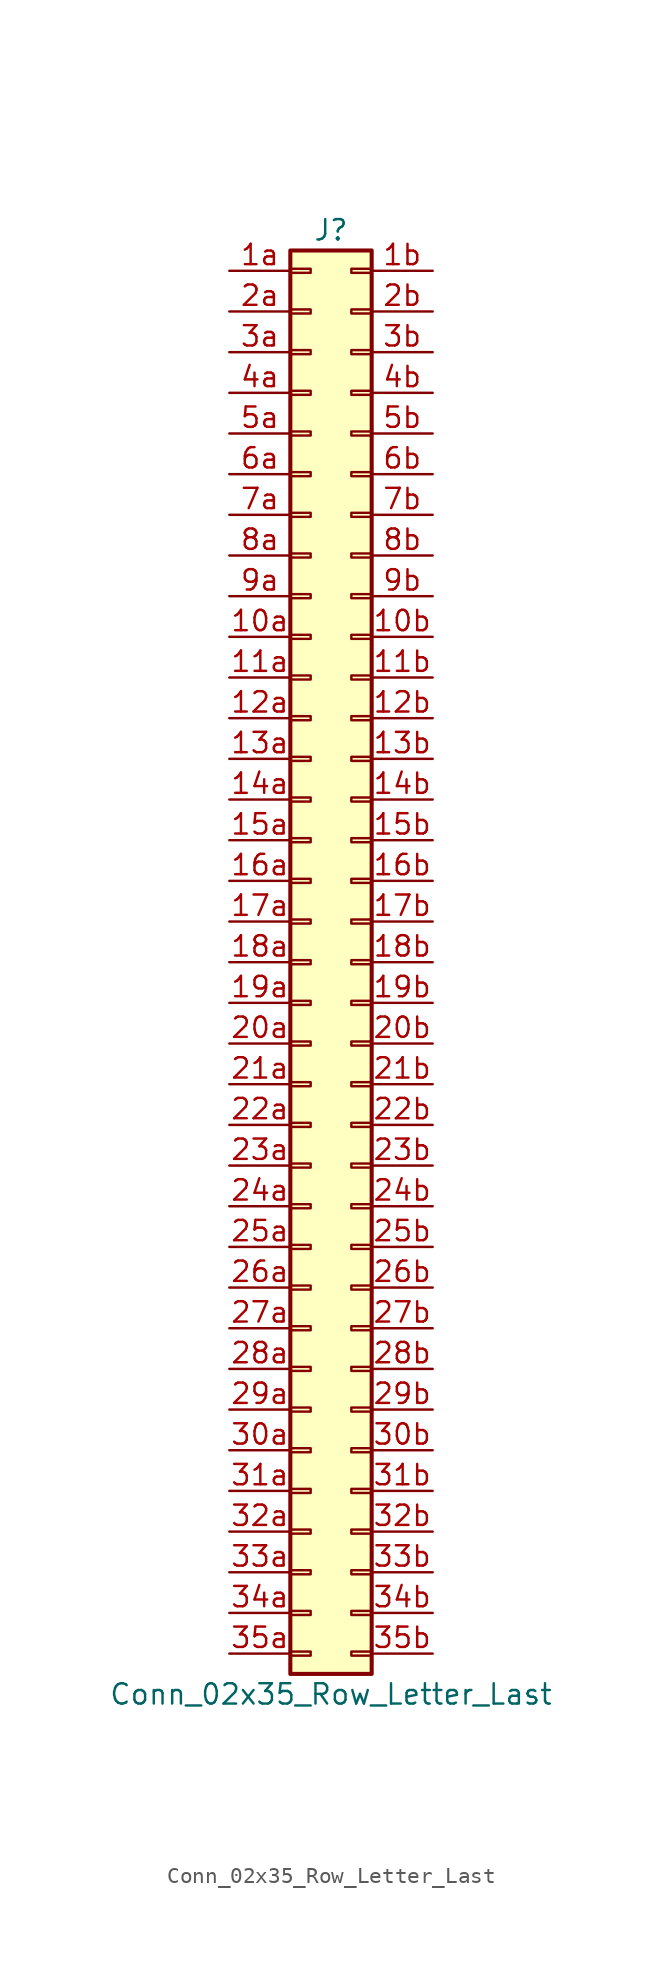
<source format=kicad_sym>
(kicad_symbol_lib
  (version 20201005)
  (generator kicad_symbol_editor)
  (symbol "Connector_Generic:Conn_02x35_Row_Letter_Last"
    (pin_names
      (offset 1.016) hide)
    (property "Reference" "J"
      (at 1.27 45.72 0)
      (effects (font (size 1.27 1.27))))
    (property "Value" "Conn_02x35_Row_Letter_Last"
      (at 1.27 -45.72 0)
      (effects (font (size 1.27 1.27))))
    (symbol "Conn_02x35_Row_Letter_Last_1_1"
      (rectangle (start -1.27 -27.813) (end 0 -28.067) (stroke (width 0.152)) (fill (type none)))
      (rectangle (start -1.27 -30.353) (end 0 -30.607) (stroke (width 0.152)) (fill (type none)))
      (rectangle (start -1.27 -32.893) (end 0 -33.147) (stroke (width 0.152)) (fill (type none)))
      (rectangle (start -1.27 -35.433) (end 0 -35.687) (stroke (width 0.152)) (fill (type none)))
      (rectangle (start -1.27 -37.973) (end 0 -38.227) (stroke (width 0.152)) (fill (type none)))
      (rectangle (start -1.27 -40.513) (end 0 -40.767) (stroke (width 0.152)) (fill (type none)))
      (rectangle (start -1.27 -43.053) (end 0 -43.307) (stroke (width 0.152)) (fill (type none)))
      (rectangle (start -1.27 -4.953) (end 0 -5.207) (stroke (width 0.152)) (fill (type none)))
      (rectangle (start -1.27 -7.493) (end 0 -7.747) (stroke (width 0.152)) (fill (type none)))
      (rectangle (start -1.27 -10.033) (end 0 -10.287) (stroke (width 0.152)) (fill (type none)))
      (rectangle (start -1.27 -12.573) (end 0 -12.827) (stroke (width 0.152)) (fill (type none)))
      (rectangle (start -1.27 -15.113) (end 0 -15.367) (stroke (width 0.152)) (fill (type none)))
      (rectangle (start -1.27 -17.653) (end 0 -17.907) (stroke (width 0.152)) (fill (type none)))
      (rectangle (start -1.27 -20.193) (end 0 -20.447) (stroke (width 0.152)) (fill (type none)))
      (rectangle (start -1.27 -22.733) (end 0 -22.987) (stroke (width 0.152)) (fill (type none)))
      (rectangle (start -1.27 -2.413) (end 0 -2.667) (stroke (width 0.152)) (fill (type none)))
      (rectangle (start -1.27 -25.273) (end 0 -25.527) (stroke (width 0.152)) (fill (type none)))
      (rectangle (start -1.27 25.527) (end 0 25.273) (stroke (width 0.152)) (fill (type none)))
      (rectangle (start -1.27 2.667) (end 0 2.413) (stroke (width 0.152)) (fill (type none)))
      (rectangle (start -1.27 28.067) (end 0 27.813) (stroke (width 0.152)) (fill (type none)))
      (rectangle (start -1.27 30.607) (end 0 30.353) (stroke (width 0.152)) (fill (type none)))
      (rectangle (start -1.27 33.147) (end 0 32.893) (stroke (width 0.152)) (fill (type none)))
      (rectangle (start -1.27 35.687) (end 0 35.433) (stroke (width 0.152)) (fill (type none)))
      (rectangle (start -1.27 38.227) (end 0 37.973) (stroke (width 0.152)) (fill (type none)))
      (rectangle (start -1.27 40.767) (end 0 40.513) (stroke (width 0.152)) (fill (type none)))
      (rectangle (start -1.27 43.307) (end 0 43.053) (stroke (width 0.152)) (fill (type none)))
      (rectangle (start -1.27 44.45) (end 3.81 -44.45) (stroke (width 0.254)) (fill (type background)))
      (rectangle (start -1.27 5.207) (end 0 4.953) (stroke (width 0.152)) (fill (type none)))
      (rectangle (start -1.27 7.747) (end 0 7.493) (stroke (width 0.152)) (fill (type none)))
      (rectangle (start -1.27 10.287) (end 0 10.033) (stroke (width 0.152)) (fill (type none)))
      (rectangle (start -1.27 0.127) (end 0 -0.127) (stroke (width 0.152)) (fill (type none)))
      (rectangle (start -1.27 12.827) (end 0 12.573) (stroke (width 0.152)) (fill (type none)))
      (rectangle (start -1.27 15.367) (end 0 15.113) (stroke (width 0.152)) (fill (type none)))
      (rectangle (start -1.27 17.907) (end 0 17.653) (stroke (width 0.152)) (fill (type none)))
      (rectangle (start -1.27 20.447) (end 0 20.193) (stroke (width 0.152)) (fill (type none)))
      (rectangle (start -1.27 22.987) (end 0 22.733) (stroke (width 0.152)) (fill (type none)))
      (rectangle (start 3.81 -27.813) (end 2.54 -28.067) (stroke (width 0.152)) (fill (type none)))
      (rectangle (start 3.81 -30.353) (end 2.54 -30.607) (stroke (width 0.152)) (fill (type none)))
      (rectangle (start 3.81 -32.893) (end 2.54 -33.147) (stroke (width 0.152)) (fill (type none)))
      (rectangle (start 3.81 -35.433) (end 2.54 -35.687) (stroke (width 0.152)) (fill (type none)))
      (rectangle (start 3.81 -37.973) (end 2.54 -38.227) (stroke (width 0.152)) (fill (type none)))
      (rectangle (start 3.81 -40.513) (end 2.54 -40.767) (stroke (width 0.152)) (fill (type none)))
      (rectangle (start 3.81 -43.053) (end 2.54 -43.307) (stroke (width 0.152)) (fill (type none)))
      (rectangle (start 3.81 -4.953) (end 2.54 -5.207) (stroke (width 0.152)) (fill (type none)))
      (rectangle (start 3.81 -7.493) (end 2.54 -7.747) (stroke (width 0.152)) (fill (type none)))
      (rectangle (start 3.81 -10.033) (end 2.54 -10.287) (stroke (width 0.152)) (fill (type none)))
      (rectangle (start 3.81 -12.573) (end 2.54 -12.827) (stroke (width 0.152)) (fill (type none)))
      (rectangle (start 3.81 -15.113) (end 2.54 -15.367) (stroke (width 0.152)) (fill (type none)))
      (rectangle (start 3.81 -17.653) (end 2.54 -17.907) (stroke (width 0.152)) (fill (type none)))
      (rectangle (start 3.81 -20.193) (end 2.54 -20.447) (stroke (width 0.152)) (fill (type none)))
      (rectangle (start 3.81 -22.733) (end 2.54 -22.987) (stroke (width 0.152)) (fill (type none)))
      (rectangle (start 3.81 -2.413) (end 2.54 -2.667) (stroke (width 0.152)) (fill (type none)))
      (rectangle (start 3.81 -25.273) (end 2.54 -25.527) (stroke (width 0.152)) (fill (type none)))
      (rectangle (start 3.81 25.527) (end 2.54 25.273) (stroke (width 0.152)) (fill (type none)))
      (rectangle (start 3.81 2.667) (end 2.54 2.413) (stroke (width 0.152)) (fill (type none)))
      (rectangle (start 3.81 28.067) (end 2.54 27.813) (stroke (width 0.152)) (fill (type none)))
      (rectangle (start 3.81 30.607) (end 2.54 30.353) (stroke (width 0.152)) (fill (type none)))
      (rectangle (start 3.81 33.147) (end 2.54 32.893) (stroke (width 0.152)) (fill (type none)))
      (rectangle (start 3.81 35.687) (end 2.54 35.433) (stroke (width 0.152)) (fill (type none)))
      (rectangle (start 3.81 38.227) (end 2.54 37.973) (stroke (width 0.152)) (fill (type none)))
      (rectangle (start 3.81 40.767) (end 2.54 40.513) (stroke (width 0.152)) (fill (type none)))
      (rectangle (start 3.81 43.307) (end 2.54 43.053) (stroke (width 0.152)) (fill (type none)))
      (rectangle (start 3.81 5.207) (end 2.54 4.953) (stroke (width 0.152)) (fill (type none)))
      (rectangle (start 3.81 7.747) (end 2.54 7.493) (stroke (width 0.152)) (fill (type none)))
      (rectangle (start 3.81 10.287) (end 2.54 10.033) (stroke (width 0.152)) (fill (type none)))
      (rectangle (start 3.81 0.127) (end 2.54 -0.127) (stroke (width 0.152)) (fill (type none)))
      (rectangle (start 3.81 12.827) (end 2.54 12.573) (stroke (width 0.152)) (fill (type none)))
      (rectangle (start 3.81 15.367) (end 2.54 15.113) (stroke (width 0.152)) (fill (type none)))
      (rectangle (start 3.81 17.907) (end 2.54 17.653) (stroke (width 0.152)) (fill (type none)))
      (rectangle (start 3.81 20.447) (end 2.54 20.193) (stroke (width 0.152)) (fill (type none)))
      (rectangle (start 3.81 22.987) (end 2.54 22.733) (stroke (width 0.152)) (fill (type none)))
      (pin passive line (at -5.08 20.32 0) (length 3.81) (name "Pin_10a" (effects (font (size 1.27 1.27)))) (number "10a" (effects (font (size 1.27 1.27)))))
      (pin passive line (at 7.62 20.32 180) (length 3.81) (name "Pin_10b" (effects (font (size 1.27 1.27)))) (number "10b" (effects (font (size 1.27 1.27)))))
      (pin passive line (at -5.08 17.78 0) (length 3.81) (name "Pin_11a" (effects (font (size 1.27 1.27)))) (number "11a" (effects (font (size 1.27 1.27)))))
      (pin passive line (at 7.62 17.78 180) (length 3.81) (name "Pin_11b" (effects (font (size 1.27 1.27)))) (number "11b" (effects (font (size 1.27 1.27)))))
      (pin passive line (at -5.08 15.24 0) (length 3.81) (name "Pin_12a" (effects (font (size 1.27 1.27)))) (number "12a" (effects (font (size 1.27 1.27)))))
      (pin passive line (at 7.62 15.24 180) (length 3.81) (name "Pin_12b" (effects (font (size 1.27 1.27)))) (number "12b" (effects (font (size 1.27 1.27)))))
      (pin passive line (at -5.08 12.7 0) (length 3.81) (name "Pin_13a" (effects (font (size 1.27 1.27)))) (number "13a" (effects (font (size 1.27 1.27)))))
      (pin passive line (at 7.62 12.7 180) (length 3.81) (name "Pin_13b" (effects (font (size 1.27 1.27)))) (number "13b" (effects (font (size 1.27 1.27)))))
      (pin passive line (at -5.08 10.16 0) (length 3.81) (name "Pin_14a" (effects (font (size 1.27 1.27)))) (number "14a" (effects (font (size 1.27 1.27)))))
      (pin passive line (at 7.62 10.16 180) (length 3.81) (name "Pin_14b" (effects (font (size 1.27 1.27)))) (number "14b" (effects (font (size 1.27 1.27)))))
      (pin passive line (at -5.08 7.62 0) (length 3.81) (name "Pin_15a" (effects (font (size 1.27 1.27)))) (number "15a" (effects (font (size 1.27 1.27)))))
      (pin passive line (at 7.62 7.62 180) (length 3.81) (name "Pin_15b" (effects (font (size 1.27 1.27)))) (number "15b" (effects (font (size 1.27 1.27)))))
      (pin passive line (at -5.08 5.08 0) (length 3.81) (name "Pin_16a" (effects (font (size 1.27 1.27)))) (number "16a" (effects (font (size 1.27 1.27)))))
      (pin passive line (at 7.62 5.08 180) (length 3.81) (name "Pin_16b" (effects (font (size 1.27 1.27)))) (number "16b" (effects (font (size 1.27 1.27)))))
      (pin passive line (at -5.08 2.54 0) (length 3.81) (name "Pin_17a" (effects (font (size 1.27 1.27)))) (number "17a" (effects (font (size 1.27 1.27)))))
      (pin passive line (at 7.62 2.54 180) (length 3.81) (name "Pin_17b" (effects (font (size 1.27 1.27)))) (number "17b" (effects (font (size 1.27 1.27)))))
      (pin passive line (at -5.08 0 0) (length 3.81) (name "Pin_18a" (effects (font (size 1.27 1.27)))) (number "18a" (effects (font (size 1.27 1.27)))))
      (pin passive line (at 7.62 0 180) (length 3.81) (name "Pin_18b" (effects (font (size 1.27 1.27)))) (number "18b" (effects (font (size 1.27 1.27)))))
      (pin passive line (at -5.08 -2.54 0) (length 3.81) (name "Pin_19a" (effects (font (size 1.27 1.27)))) (number "19a" (effects (font (size 1.27 1.27)))))
      (pin passive line (at 7.62 -2.54 180) (length 3.81) (name "Pin_19b" (effects (font (size 1.27 1.27)))) (number "19b" (effects (font (size 1.27 1.27)))))
      (pin passive line (at -5.08 43.18 0) (length 3.81) (name "Pin_1a" (effects (font (size 1.27 1.27)))) (number "1a" (effects (font (size 1.27 1.27)))))
      (pin passive line (at 7.62 43.18 180) (length 3.81) (name "Pin_1b" (effects (font (size 1.27 1.27)))) (number "1b" (effects (font (size 1.27 1.27)))))
      (pin passive line (at -5.08 -5.08 0) (length 3.81) (name "Pin_20a" (effects (font (size 1.27 1.27)))) (number "20a" (effects (font (size 1.27 1.27)))))
      (pin passive line (at 7.62 -5.08 180) (length 3.81) (name "Pin_20b" (effects (font (size 1.27 1.27)))) (number "20b" (effects (font (size 1.27 1.27)))))
      (pin passive line (at -5.08 -7.62 0) (length 3.81) (name "Pin_21a" (effects (font (size 1.27 1.27)))) (number "21a" (effects (font (size 1.27 1.27)))))
      (pin passive line (at 7.62 -7.62 180) (length 3.81) (name "Pin_21b" (effects (font (size 1.27 1.27)))) (number "21b" (effects (font (size 1.27 1.27)))))
      (pin passive line (at -5.08 -10.16 0) (length 3.81) (name "Pin_22a" (effects (font (size 1.27 1.27)))) (number "22a" (effects (font (size 1.27 1.27)))))
      (pin passive line (at 7.62 -10.16 180) (length 3.81) (name "Pin_22b" (effects (font (size 1.27 1.27)))) (number "22b" (effects (font (size 1.27 1.27)))))
      (pin passive line (at -5.08 -12.7 0) (length 3.81) (name "Pin_23a" (effects (font (size 1.27 1.27)))) (number "23a" (effects (font (size 1.27 1.27)))))
      (pin passive line (at 7.62 -12.7 180) (length 3.81) (name "Pin_23b" (effects (font (size 1.27 1.27)))) (number "23b" (effects (font (size 1.27 1.27)))))
      (pin passive line (at -5.08 -15.24 0) (length 3.81) (name "Pin_24a" (effects (font (size 1.27 1.27)))) (number "24a" (effects (font (size 1.27 1.27)))))
      (pin passive line (at 7.62 -15.24 180) (length 3.81) (name "Pin_24b" (effects (font (size 1.27 1.27)))) (number "24b" (effects (font (size 1.27 1.27)))))
      (pin passive line (at -5.08 -17.78 0) (length 3.81) (name "Pin_25a" (effects (font (size 1.27 1.27)))) (number "25a" (effects (font (size 1.27 1.27)))))
      (pin passive line (at 7.62 -17.78 180) (length 3.81) (name "Pin_25b" (effects (font (size 1.27 1.27)))) (number "25b" (effects (font (size 1.27 1.27)))))
      (pin passive line (at -5.08 -20.32 0) (length 3.81) (name "Pin_26a" (effects (font (size 1.27 1.27)))) (number "26a" (effects (font (size 1.27 1.27)))))
      (pin passive line (at 7.62 -20.32 180) (length 3.81) (name "Pin_26b" (effects (font (size 1.27 1.27)))) (number "26b" (effects (font (size 1.27 1.27)))))
      (pin passive line (at -5.08 -22.86 0) (length 3.81) (name "Pin_27a" (effects (font (size 1.27 1.27)))) (number "27a" (effects (font (size 1.27 1.27)))))
      (pin passive line (at 7.62 -22.86 180) (length 3.81) (name "Pin_27b" (effects (font (size 1.27 1.27)))) (number "27b" (effects (font (size 1.27 1.27)))))
      (pin passive line (at -5.08 -25.4 0) (length 3.81) (name "Pin_28a" (effects (font (size 1.27 1.27)))) (number "28a" (effects (font (size 1.27 1.27)))))
      (pin passive line (at 7.62 -25.4 180) (length 3.81) (name "Pin_28b" (effects (font (size 1.27 1.27)))) (number "28b" (effects (font (size 1.27 1.27)))))
      (pin passive line (at -5.08 -27.94 0) (length 3.81) (name "Pin_29a" (effects (font (size 1.27 1.27)))) (number "29a" (effects (font (size 1.27 1.27)))))
      (pin passive line (at 7.62 -27.94 180) (length 3.81) (name "Pin_29b" (effects (font (size 1.27 1.27)))) (number "29b" (effects (font (size 1.27 1.27)))))
      (pin passive line (at -5.08 40.64 0) (length 3.81) (name "Pin_2a" (effects (font (size 1.27 1.27)))) (number "2a" (effects (font (size 1.27 1.27)))))
      (pin passive line (at 7.62 40.64 180) (length 3.81) (name "Pin_2b" (effects (font (size 1.27 1.27)))) (number "2b" (effects (font (size 1.27 1.27)))))
      (pin passive line (at -5.08 -30.48 0) (length 3.81) (name "Pin_30a" (effects (font (size 1.27 1.27)))) (number "30a" (effects (font (size 1.27 1.27)))))
      (pin passive line (at 7.62 -30.48 180) (length 3.81) (name "Pin_30b" (effects (font (size 1.27 1.27)))) (number "30b" (effects (font (size 1.27 1.27)))))
      (pin passive line (at -5.08 -33.02 0) (length 3.81) (name "Pin_31a" (effects (font (size 1.27 1.27)))) (number "31a" (effects (font (size 1.27 1.27)))))
      (pin passive line (at 7.62 -33.02 180) (length 3.81) (name "Pin_31b" (effects (font (size 1.27 1.27)))) (number "31b" (effects (font (size 1.27 1.27)))))
      (pin passive line (at -5.08 -35.56 0) (length 3.81) (name "Pin_32a" (effects (font (size 1.27 1.27)))) (number "32a" (effects (font (size 1.27 1.27)))))
      (pin passive line (at 7.62 -35.56 180) (length 3.81) (name "Pin_32b" (effects (font (size 1.27 1.27)))) (number "32b" (effects (font (size 1.27 1.27)))))
      (pin passive line (at -5.08 -38.1 0) (length 3.81) (name "Pin_33a" (effects (font (size 1.27 1.27)))) (number "33a" (effects (font (size 1.27 1.27)))))
      (pin passive line (at 7.62 -38.1 180) (length 3.81) (name "Pin_33b" (effects (font (size 1.27 1.27)))) (number "33b" (effects (font (size 1.27 1.27)))))
      (pin passive line (at -5.08 -40.64 0) (length 3.81) (name "Pin_34a" (effects (font (size 1.27 1.27)))) (number "34a" (effects (font (size 1.27 1.27)))))
      (pin passive line (at 7.62 -40.64 180) (length 3.81) (name "Pin_34b" (effects (font (size 1.27 1.27)))) (number "34b" (effects (font (size 1.27 1.27)))))
      (pin passive line (at -5.08 -43.18 0) (length 3.81) (name "Pin_35a" (effects (font (size 1.27 1.27)))) (number "35a" (effects (font (size 1.27 1.27)))))
      (pin passive line (at 7.62 -43.18 180) (length 3.81) (name "Pin_35b" (effects (font (size 1.27 1.27)))) (number "35b" (effects (font (size 1.27 1.27)))))
      (pin passive line (at -5.08 38.1 0) (length 3.81) (name "Pin_3a" (effects (font (size 1.27 1.27)))) (number "3a" (effects (font (size 1.27 1.27)))))
      (pin passive line (at 7.62 38.1 180) (length 3.81) (name "Pin_3b" (effects (font (size 1.27 1.27)))) (number "3b" (effects (font (size 1.27 1.27)))))
      (pin passive line (at -5.08 35.56 0) (length 3.81) (name "Pin_4a" (effects (font (size 1.27 1.27)))) (number "4a" (effects (font (size 1.27 1.27)))))
      (pin passive line (at 7.62 35.56 180) (length 3.81) (name "Pin_4b" (effects (font (size 1.27 1.27)))) (number "4b" (effects (font (size 1.27 1.27)))))
      (pin passive line (at -5.08 33.02 0) (length 3.81) (name "Pin_5a" (effects (font (size 1.27 1.27)))) (number "5a" (effects (font (size 1.27 1.27)))))
      (pin passive line (at 7.62 33.02 180) (length 3.81) (name "Pin_5b" (effects (font (size 1.27 1.27)))) (number "5b" (effects (font (size 1.27 1.27)))))
      (pin passive line (at -5.08 30.48 0) (length 3.81) (name "Pin_6a" (effects (font (size 1.27 1.27)))) (number "6a" (effects (font (size 1.27 1.27)))))
      (pin passive line (at 7.62 30.48 180) (length 3.81) (name "Pin_6b" (effects (font (size 1.27 1.27)))) (number "6b" (effects (font (size 1.27 1.27)))))
      (pin passive line (at -5.08 27.94 0) (length 3.81) (name "Pin_7a" (effects (font (size 1.27 1.27)))) (number "7a" (effects (font (size 1.27 1.27)))))
      (pin passive line (at 7.62 27.94 180) (length 3.81) (name "Pin_7b" (effects (font (size 1.27 1.27)))) (number "7b" (effects (font (size 1.27 1.27)))))
      (pin passive line (at -5.08 25.4 0) (length 3.81) (name "Pin_8a" (effects (font (size 1.27 1.27)))) (number "8a" (effects (font (size 1.27 1.27)))))
      (pin passive line (at 7.62 25.4 180) (length 3.81) (name "Pin_8b" (effects (font (size 1.27 1.27)))) (number "8b" (effects (font (size 1.27 1.27)))))
      (pin passive line (at -5.08 22.86 0) (length 3.81) (name "Pin_9a" (effects (font (size 1.27 1.27)))) (number "9a" (effects (font (size 1.27 1.27)))))
      (pin passive line (at 7.62 22.86 180) (length 3.81) (name "Pin_9b" (effects (font (size 1.27 1.27)))) (number "9b" (effects (font (size 1.27 1.27))))))))
</source>
